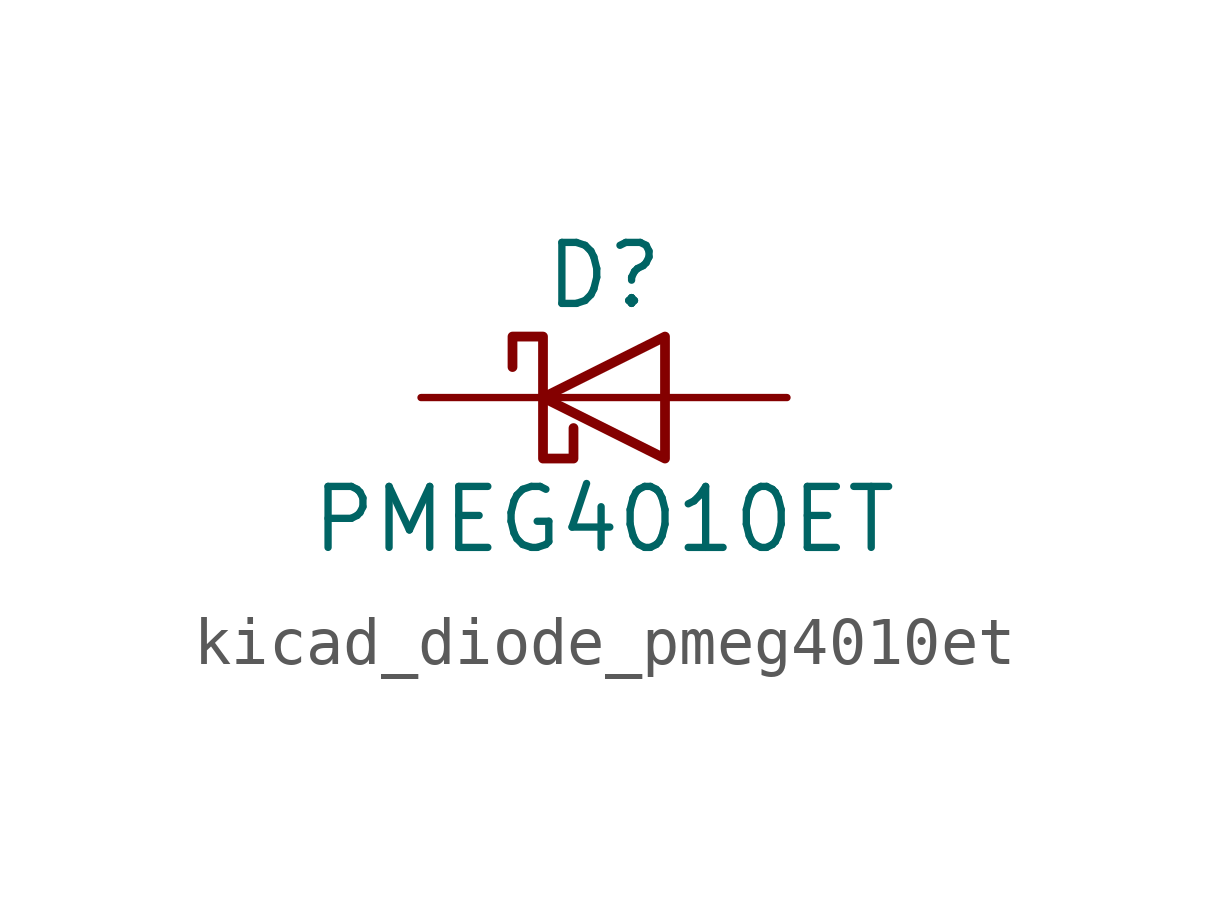
<source format=kicad_sym>
(kicad_symbol_lib
  (version 20220914)
  (generator kicad_symbol_editor)
  (symbol "kicad_diode_pmeg4010et"
    (pin_numbers hide)
    (pin_names hide)
    (property "Reference" "D"
      (at 0 2.54 0)
      (effects (font (size 1.27 1.27))))
    (property "Value" "PMEG4010ET"
      (at 0 -2.54 0)
      (effects (font (size 1.27 1.27))))
    (symbol "kicad_diode_pmeg4010et_0_1"
      (polyline (pts (xy 1.27 0) (xy -1.27 0)) (stroke (width 0) (type default)) (fill (type none)))
      (polyline (pts (xy 1.27 -1.27) (xy 1.27 1.27) (xy -1.27 0) (xy 1.27 -1.27)) (stroke (width 0.203) (type default)) (fill (type none)))
      (polyline (pts (xy -1.905 0.635) (xy -1.905 1.27) (xy -1.27 1.27) (xy -1.27 -1.27) (xy -0.635 -1.27) (xy -0.635 -0.635)) (stroke (width 0.203) (type default)) (fill (type none))))
    (symbol "kicad_diode_pmeg4010et_1_1"
      (pin passive line (at 3.81 0 180) (length 2.54) (name "A" (effects (font (size 1.27 1.27)))) (number "1" (effects (font (size 1.27 1.27)))))
      (pin no_connect line (at 0 0 180) (length 2.54) hide (name "NC" (effects (font (size 1.27 1.27)))) (number "2" (effects (font (size 1.27 1.27)))))
      (pin passive line (at -3.81 0 0) (length 2.54) (name "K" (effects (font (size 1.27 1.27)))) (number "3" (effects (font (size 1.27 1.27))))))))
</source>
